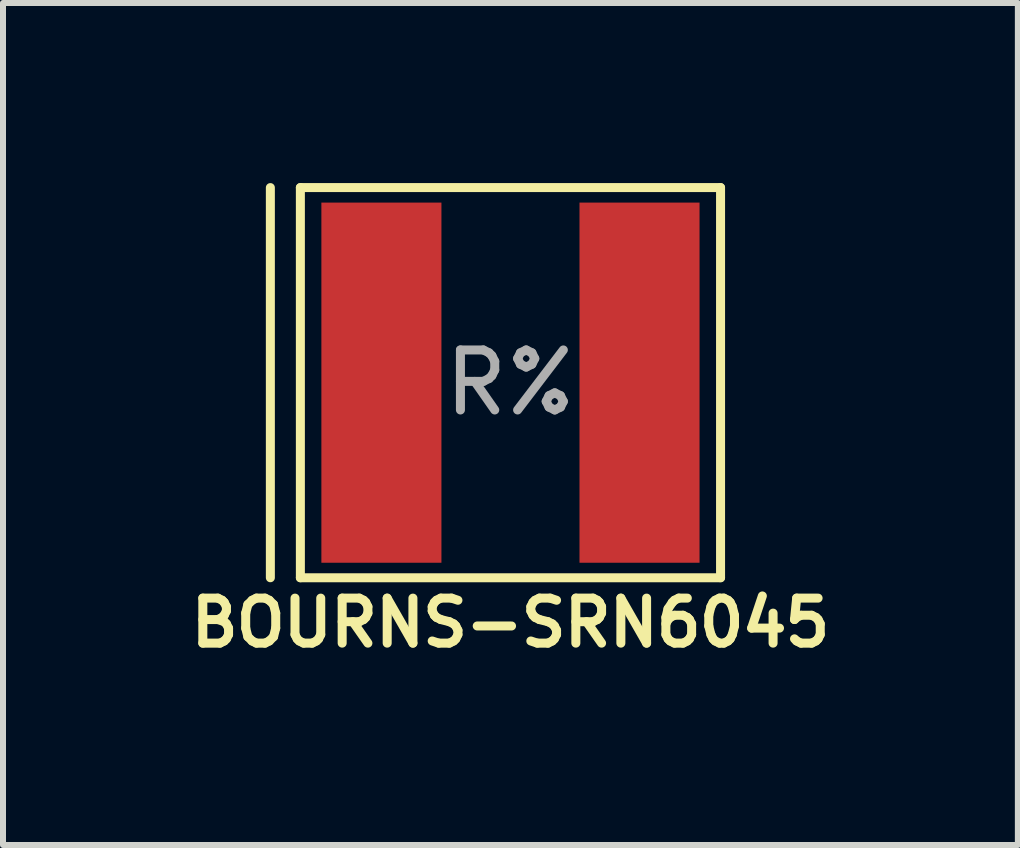
<source format=kicad_pcb>
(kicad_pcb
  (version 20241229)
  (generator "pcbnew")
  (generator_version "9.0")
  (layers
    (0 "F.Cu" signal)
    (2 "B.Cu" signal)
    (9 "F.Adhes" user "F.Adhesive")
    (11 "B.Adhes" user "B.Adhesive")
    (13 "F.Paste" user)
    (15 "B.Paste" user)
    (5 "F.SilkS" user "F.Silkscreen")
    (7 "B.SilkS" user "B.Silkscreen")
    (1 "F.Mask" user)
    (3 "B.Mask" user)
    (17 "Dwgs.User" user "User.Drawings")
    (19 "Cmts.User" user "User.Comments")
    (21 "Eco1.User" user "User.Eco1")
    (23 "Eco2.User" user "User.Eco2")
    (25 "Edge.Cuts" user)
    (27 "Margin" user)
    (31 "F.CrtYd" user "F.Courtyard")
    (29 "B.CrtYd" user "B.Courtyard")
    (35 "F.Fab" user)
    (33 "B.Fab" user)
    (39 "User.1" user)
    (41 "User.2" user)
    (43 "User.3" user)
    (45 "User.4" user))
  (footprint "BOURNS-SRN6045"
    (layer "F.Cu")
    (at 5.454 3.325)
    (property "Reference" "BOURNS-SRN6045" (at 0 4 0) (layer "F.SilkS") (effects (font (size 0.75 0.75) (thickness 0.15))))
    (attr smd)
    (fp_line (start -4 -3.25) (end -4 3.25) (stroke (width 0.15) (type solid)) (layer "F.SilkS"))
    (fp_line (start -3.5 -3.25) (end 3.5 -3.25) (stroke (width 0.15) (type solid)) (layer "F.SilkS"))
    (fp_line (start -3.5 3.25) (end -3.5 -3.25) (stroke (width 0.15) (type solid)) (layer "F.SilkS"))
    (fp_line (start 3.5 -3.25) (end 3.5 3.25) (stroke (width 0.15) (type solid)) (layer "F.SilkS"))
    (fp_line (start 3.5 3.25) (end -3.5 3.25) (stroke (width 0.15) (type solid)) (layer "F.SilkS"))
    (fp_text user "R%" (at 0 0 0) (layer "F.Fab") (effects (font (size 1 1) (thickness 0.15))))
    (pad "1" smd rect (at -2.15 0) (size 2 6) (layers "F.Cu" "F.Mask" "F.Paste"))
    (pad "2" smd rect (at 2.15 0) (size 2 6) (layers "F.Cu" "F.Mask" "F.Paste")))
  (gr_rect
    (start -3 -3)
    (end 13.907 11.027)
    (stroke (width 0.1) (type default))
    (fill no)
    (layer "Edge.Cuts")))
</source>
